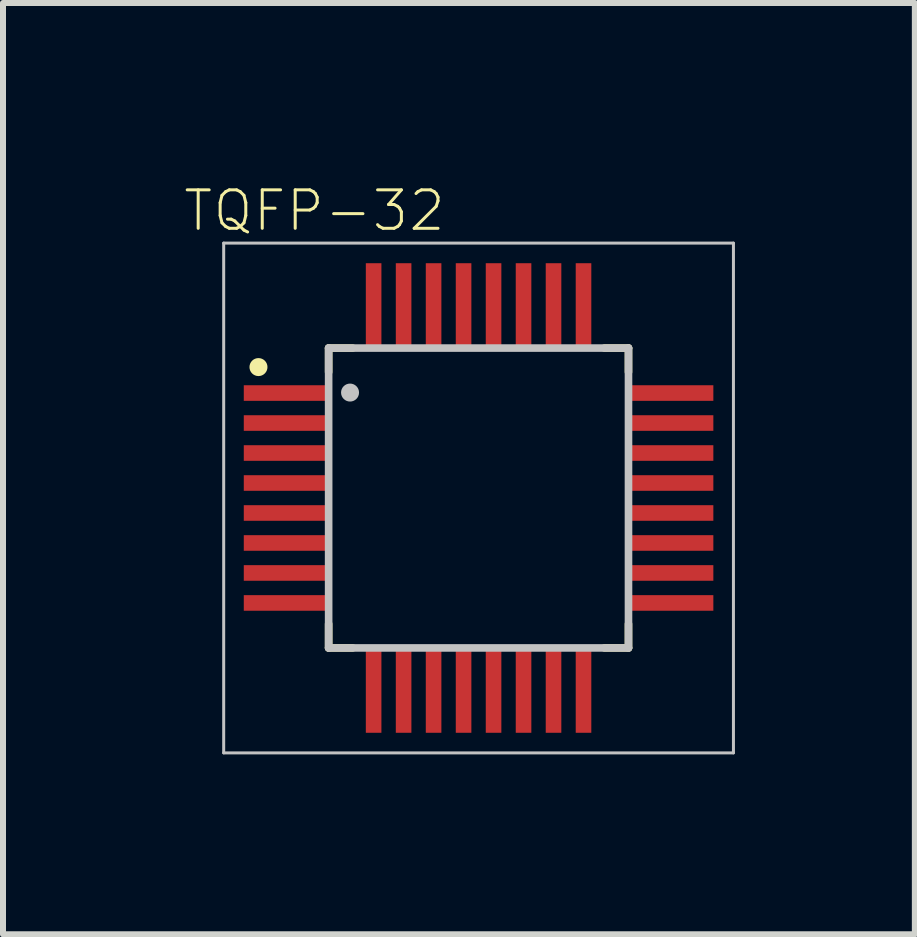
<source format=kicad_pcb>
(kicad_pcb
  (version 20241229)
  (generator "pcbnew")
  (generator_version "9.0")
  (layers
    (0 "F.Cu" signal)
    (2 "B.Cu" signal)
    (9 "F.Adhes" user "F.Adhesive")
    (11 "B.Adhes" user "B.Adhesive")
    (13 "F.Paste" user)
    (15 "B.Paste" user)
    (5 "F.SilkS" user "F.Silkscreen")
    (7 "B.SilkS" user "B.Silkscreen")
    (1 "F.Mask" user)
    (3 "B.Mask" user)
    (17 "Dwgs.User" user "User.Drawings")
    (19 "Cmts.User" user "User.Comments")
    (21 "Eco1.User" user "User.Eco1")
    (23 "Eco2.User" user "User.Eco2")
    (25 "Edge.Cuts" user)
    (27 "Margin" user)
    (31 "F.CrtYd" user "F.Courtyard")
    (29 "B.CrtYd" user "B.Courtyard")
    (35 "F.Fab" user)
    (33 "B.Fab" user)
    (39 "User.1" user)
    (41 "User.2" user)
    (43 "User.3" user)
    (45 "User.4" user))
  (footprint "TQFP-32"
    (layer "F.Cu")
    (at 4.93 5.254)
    (property "Reference" "TQFP-32" (at -2.737 -4.791 0) (layer "F.SilkS") (effects (font (size 0.641 0.641) (thickness 0.05))))
    (attr smd)
    (fp_line (start -2.5 -2.5) (end -2.1 -2.5) (stroke (width 0.127) (type solid)) (layer "F.SilkS"))
    (fp_line (start -2.5 -2.1) (end -2.5 -2.5) (stroke (width 0.127) (type solid)) (layer "F.SilkS"))
    (fp_line (start -2.5 2.1) (end -2.5 2.5) (stroke (width 0.127) (type solid)) (layer "F.SilkS"))
    (fp_line (start -2.5 2.5) (end -2.1 2.5) (stroke (width 0.127) (type solid)) (layer "F.SilkS"))
    (fp_line (start 2.1 -2.5) (end 2.5 -2.5) (stroke (width 0.127) (type solid)) (layer "F.SilkS"))
    (fp_line (start 2.1 2.5) (end 2.5 2.5) (stroke (width 0.127) (type solid)) (layer "F.SilkS"))
    (fp_line (start 2.5 -2.5) (end 2.5 -2.1) (stroke (width 0.127) (type solid)) (layer "F.SilkS"))
    (fp_line (start 2.5 2.5) (end 2.5 2.1) (stroke (width 0.127) (type solid)) (layer "F.SilkS"))
    (fp_circle (center -3.67 -2.183) (end -3.52 -2.183) (stroke (width 0) (type solid)) (fill yes) (layer "F.SilkS"))
    (fp_line (start -4.25 -4.25) (end 4.25 -4.25) (stroke (width 0.05) (type solid)) (layer "Dwgs.User"))
    (fp_line (start -4.25 4.25) (end -4.25 -4.25) (stroke (width 0.05) (type solid)) (layer "Dwgs.User"))
    (fp_line (start -2.5 2.5) (end -2.5 -2.5) (stroke (width 0.127) (type solid)) (layer "Dwgs.User"))
    (fp_line (start 2.5 -2.5) (end -2.5 -2.5) (stroke (width 0.127) (type solid)) (layer "Dwgs.User"))
    (fp_line (start 2.5 2.5) (end -2.5 2.5) (stroke (width 0.127) (type solid)) (layer "Dwgs.User"))
    (fp_line (start 2.5 2.5) (end 2.5 -2.5) (stroke (width 0.127) (type solid)) (layer "Dwgs.User"))
    (fp_line (start 4.25 -4.25) (end 4.25 4.25) (stroke (width 0.05) (type solid)) (layer "Dwgs.User"))
    (fp_line (start 4.25 4.25) (end -4.25 4.25) (stroke (width 0.05) (type solid)) (layer "Dwgs.User"))
    (fp_circle (center -2.143 -1.758) (end -1.993 -1.758) (stroke (width 0) (type solid)) (fill yes) (layer "Dwgs.User"))
    (pad "1" smd rect (at -3.195 -1.75) (size 1.44 0.26) (layers "F.Cu" "F.Mask" "F.Paste"))
    (pad "2" smd rect (at -3.195 -1.25) (size 1.44 0.26) (layers "F.Cu" "F.Mask" "F.Paste"))
    (pad "3" smd rect (at -3.195 -0.75) (size 1.44 0.26) (layers "F.Cu" "F.Mask" "F.Paste"))
    (pad "4" smd rect (at -3.195 -0.25) (size 1.44 0.26) (layers "F.Cu" "F.Mask" "F.Paste"))
    (pad "5" smd rect (at -3.195 0.25) (size 1.44 0.26) (layers "F.Cu" "F.Mask" "F.Paste"))
    (pad "6" smd rect (at -3.195 0.75) (size 1.44 0.26) (layers "F.Cu" "F.Mask" "F.Paste"))
    (pad "7" smd rect (at -3.195 1.25) (size 1.44 0.26) (layers "F.Cu" "F.Mask" "F.Paste"))
    (pad "8" smd rect (at -3.195 1.75) (size 1.44 0.26) (layers "F.Cu" "F.Mask" "F.Paste"))
    (pad "9" smd rect (at -1.75 3.195 90) (size 1.44 0.26) (layers "F.Cu" "F.Mask" "F.Paste"))
    (pad "10" smd rect (at -1.25 3.195 90) (size 1.44 0.26) (layers "F.Cu" "F.Mask" "F.Paste"))
    (pad "11" smd rect (at -0.75 3.195 90) (size 1.44 0.26) (layers "F.Cu" "F.Mask" "F.Paste"))
    (pad "12" smd rect (at -0.25 3.195 90) (size 1.44 0.26) (layers "F.Cu" "F.Mask" "F.Paste"))
    (pad "13" smd rect (at 0.25 3.195 90) (size 1.44 0.26) (layers "F.Cu" "F.Mask" "F.Paste"))
    (pad "14" smd rect (at 0.75 3.195 90) (size 1.44 0.26) (layers "F.Cu" "F.Mask" "F.Paste"))
    (pad "15" smd rect (at 1.25 3.195 90) (size 1.44 0.26) (layers "F.Cu" "F.Mask" "F.Paste"))
    (pad "16" smd rect (at 1.75 3.195 90) (size 1.44 0.26) (layers "F.Cu" "F.Mask" "F.Paste"))
    (pad "17" smd rect (at 3.195 1.75 180) (size 1.44 0.26) (layers "F.Cu" "F.Mask" "F.Paste"))
    (pad "18" smd rect (at 3.195 1.25 180) (size 1.44 0.26) (layers "F.Cu" "F.Mask" "F.Paste"))
    (pad "19" smd rect (at 3.195 0.75 180) (size 1.44 0.26) (layers "F.Cu" "F.Mask" "F.Paste"))
    (pad "20" smd rect (at 3.195 0.25 180) (size 1.44 0.26) (layers "F.Cu" "F.Mask" "F.Paste"))
    (pad "21" smd rect (at 3.195 -0.25 180) (size 1.44 0.26) (layers "F.Cu" "F.Mask" "F.Paste"))
    (pad "22" smd rect (at 3.195 -0.75 180) (size 1.44 0.26) (layers "F.Cu" "F.Mask" "F.Paste"))
    (pad "23" smd rect (at 3.195 -1.25 180) (size 1.44 0.26) (layers "F.Cu" "F.Mask" "F.Paste"))
    (pad "24" smd rect (at 3.195 -1.75 180) (size 1.44 0.26) (layers "F.Cu" "F.Mask" "F.Paste"))
    (pad "25" smd rect (at 1.75 -3.195 270) (size 1.44 0.26) (layers "F.Cu" "F.Mask" "F.Paste"))
    (pad "26" smd rect (at 1.25 -3.195 270) (size 1.44 0.26) (layers "F.Cu" "F.Mask" "F.Paste"))
    (pad "27" smd rect (at 0.75 -3.195 270) (size 1.44 0.26) (layers "F.Cu" "F.Mask" "F.Paste"))
    (pad "28" smd rect (at 0.25 -3.195 270) (size 1.44 0.26) (layers "F.Cu" "F.Mask" "F.Paste"))
    (pad "29" smd rect (at -0.25 -3.195 270) (size 1.44 0.26) (layers "F.Cu" "F.Mask" "F.Paste"))
    (pad "30" smd rect (at -0.75 -3.195 270) (size 1.44 0.26) (layers "F.Cu" "F.Mask" "F.Paste"))
    (pad "31" smd rect (at -1.25 -3.195 270) (size 1.44 0.26) (layers "F.Cu" "F.Mask" "F.Paste"))
    (pad "32" smd rect (at -1.75 -3.195 270) (size 1.44 0.26) (layers "F.Cu" "F.Mask" "F.Paste")))
  (gr_rect
    (start -3 -3)
    (end 12.205 12.529)
    (stroke (width 0.1) (type default))
    (fill no)
    (layer "Edge.Cuts")))
</source>
